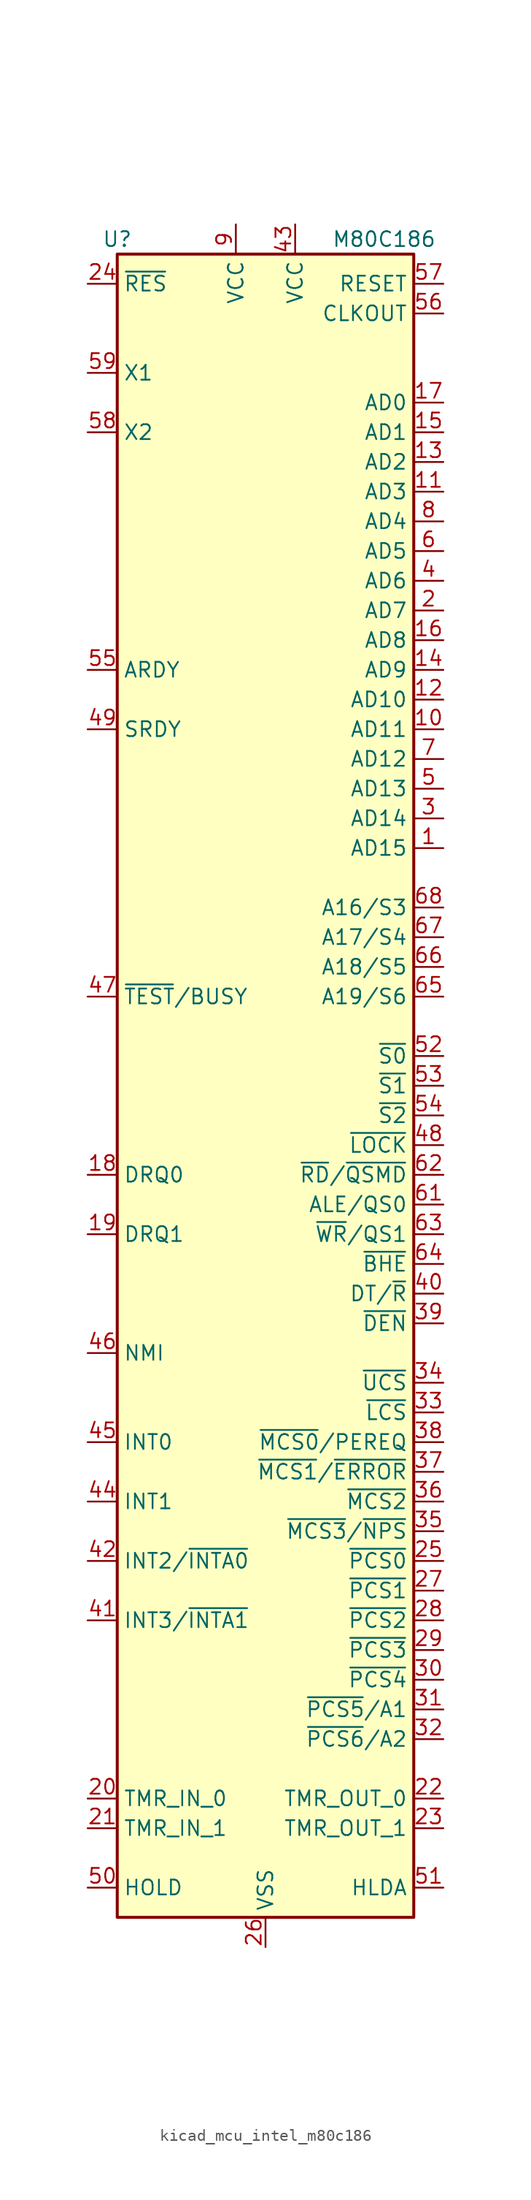
<source format=kicad_sym>
(kicad_symbol_lib
  (version 20220914)
  (generator kicad_symbol_editor)
  (symbol "kicad_mcu_intel_m80c186"
    (property "Reference" "U"
      (at -12.7 72.39 0)
      (effects (font (size 1.27 1.27))))
    (property "Value" "M80C186"
      (at 10.16 72.39 0)
      (effects (font (size 1.27 1.27))))
    (symbol "kicad_mcu_intel_m80c186_0_1"
      (rectangle (start 12.7 -71.12) (end -12.7 71.12) (stroke (width 0.254) (type default)) (fill (type background))))
    (symbol "kicad_mcu_intel_m80c186_1_1"
      (pin bidirectional line (at 15.24 20.32 180) (length 2.54) (name "AD15" (effects (font (size 1.27 1.27)))) (number "1" (effects (font (size 1.27 1.27)))))
      (pin bidirectional line (at 15.24 30.48 180) (length 2.54) (name "AD11" (effects (font (size 1.27 1.27)))) (number "10" (effects (font (size 1.27 1.27)))))
      (pin bidirectional line (at 15.24 50.8 180) (length 2.54) (name "AD3" (effects (font (size 1.27 1.27)))) (number "11" (effects (font (size 1.27 1.27)))))
      (pin bidirectional line (at 15.24 33.02 180) (length 2.54) (name "AD10" (effects (font (size 1.27 1.27)))) (number "12" (effects (font (size 1.27 1.27)))))
      (pin bidirectional line (at 15.24 53.34 180) (length 2.54) (name "AD2" (effects (font (size 1.27 1.27)))) (number "13" (effects (font (size 1.27 1.27)))))
      (pin bidirectional line (at 15.24 35.56 180) (length 2.54) (name "AD9" (effects (font (size 1.27 1.27)))) (number "14" (effects (font (size 1.27 1.27)))))
      (pin bidirectional line (at 15.24 55.88 180) (length 2.54) (name "AD1" (effects (font (size 1.27 1.27)))) (number "15" (effects (font (size 1.27 1.27)))))
      (pin bidirectional line (at 15.24 38.1 180) (length 2.54) (name "AD8" (effects (font (size 1.27 1.27)))) (number "16" (effects (font (size 1.27 1.27)))))
      (pin bidirectional line (at 15.24 58.42 180) (length 2.54) (name "AD0" (effects (font (size 1.27 1.27)))) (number "17" (effects (font (size 1.27 1.27)))))
      (pin input line (at -15.24 -7.62 0) (length 2.54) (name "DRQ0" (effects (font (size 1.27 1.27)))) (number "18" (effects (font (size 1.27 1.27)))))
      (pin input line (at -15.24 -12.7 0) (length 2.54) (name "DRQ1" (effects (font (size 1.27 1.27)))) (number "19" (effects (font (size 1.27 1.27)))))
      (pin bidirectional line (at 15.24 40.64 180) (length 2.54) (name "AD7" (effects (font (size 1.27 1.27)))) (number "2" (effects (font (size 1.27 1.27)))))
      (pin input line (at -15.24 -60.96 0) (length 2.54) (name "TMR_IN_0" (effects (font (size 1.27 1.27)))) (number "20" (effects (font (size 1.27 1.27)))))
      (pin input line (at -15.24 -63.5 0) (length 2.54) (name "TMR_IN_1" (effects (font (size 1.27 1.27)))) (number "21" (effects (font (size 1.27 1.27)))))
      (pin output line (at 15.24 -60.96 180) (length 2.54) (name "TMR_OUT_0" (effects (font (size 1.27 1.27)))) (number "22" (effects (font (size 1.27 1.27)))))
      (pin output line (at 15.24 -63.5 180) (length 2.54) (name "TMR_OUT_1" (effects (font (size 1.27 1.27)))) (number "23" (effects (font (size 1.27 1.27)))))
      (pin input line (at -15.24 68.58 0) (length 2.54) (name "~{RES}" (effects (font (size 1.27 1.27)))) (number "24" (effects (font (size 1.27 1.27)))))
      (pin output line (at 15.24 -40.64 180) (length 2.54) (name "~{PCS0}" (effects (font (size 1.27 1.27)))) (number "25" (effects (font (size 1.27 1.27)))))
      (pin power_in line (at 0 -73.66 90) (length 2.54) (name "VSS" (effects (font (size 1.27 1.27)))) (number "26" (effects (font (size 1.27 1.27)))))
      (pin output line (at 15.24 -43.18 180) (length 2.54) (name "~{PCS1}" (effects (font (size 1.27 1.27)))) (number "27" (effects (font (size 1.27 1.27)))))
      (pin output line (at 15.24 -45.72 180) (length 2.54) (name "~{PCS2}" (effects (font (size 1.27 1.27)))) (number "28" (effects (font (size 1.27 1.27)))))
      (pin output line (at 15.24 -48.26 180) (length 2.54) (name "~{PCS3}" (effects (font (size 1.27 1.27)))) (number "29" (effects (font (size 1.27 1.27)))))
      (pin bidirectional line (at 15.24 22.86 180) (length 2.54) (name "AD14" (effects (font (size 1.27 1.27)))) (number "3" (effects (font (size 1.27 1.27)))))
      (pin output line (at 15.24 -50.8 180) (length 2.54) (name "~{PCS4}" (effects (font (size 1.27 1.27)))) (number "30" (effects (font (size 1.27 1.27)))))
      (pin output line (at 15.24 -53.34 180) (length 2.54) (name "~{PCS5}/A1" (effects (font (size 1.27 1.27)))) (number "31" (effects (font (size 1.27 1.27)))))
      (pin output line (at 15.24 -55.88 180) (length 2.54) (name "~{PCS6}/A2" (effects (font (size 1.27 1.27)))) (number "32" (effects (font (size 1.27 1.27)))))
      (pin output line (at 15.24 -27.94 180) (length 2.54) (name "~{LCS}" (effects (font (size 1.27 1.27)))) (number "33" (effects (font (size 1.27 1.27)))))
      (pin output line (at 15.24 -25.4 180) (length 2.54) (name "~{UCS}" (effects (font (size 1.27 1.27)))) (number "34" (effects (font (size 1.27 1.27)))))
      (pin output line (at 15.24 -38.1 180) (length 2.54) (name "~{MCS3}/~{NPS}" (effects (font (size 1.27 1.27)))) (number "35" (effects (font (size 1.27 1.27)))))
      (pin output line (at 15.24 -35.56 180) (length 2.54) (name "~{MCS2}" (effects (font (size 1.27 1.27)))) (number "36" (effects (font (size 1.27 1.27)))))
      (pin bidirectional line (at 15.24 -33.02 180) (length 2.54) (name "~{MCS1}/~{ERROR}" (effects (font (size 1.27 1.27)))) (number "37" (effects (font (size 1.27 1.27)))))
      (pin bidirectional line (at 15.24 -30.48 180) (length 2.54) (name "~{MCS0}/PEREQ" (effects (font (size 1.27 1.27)))) (number "38" (effects (font (size 1.27 1.27)))))
      (pin output line (at 15.24 -20.32 180) (length 2.54) (name "~{DEN}" (effects (font (size 1.27 1.27)))) (number "39" (effects (font (size 1.27 1.27)))))
      (pin bidirectional line (at 15.24 43.18 180) (length 2.54) (name "AD6" (effects (font (size 1.27 1.27)))) (number "4" (effects (font (size 1.27 1.27)))))
      (pin output line (at 15.24 -17.78 180) (length 2.54) (name "DT/~{R}" (effects (font (size 1.27 1.27)))) (number "40" (effects (font (size 1.27 1.27)))))
      (pin bidirectional line (at -15.24 -45.72 0) (length 2.54) (name "INT3/~{INTA1}" (effects (font (size 1.27 1.27)))) (number "41" (effects (font (size 1.27 1.27)))))
      (pin bidirectional line (at -15.24 -40.64 0) (length 2.54) (name "INT2/~{INTA0}" (effects (font (size 1.27 1.27)))) (number "42" (effects (font (size 1.27 1.27)))))
      (pin power_in line (at 2.54 73.66 270) (length 2.54) (name "VCC" (effects (font (size 1.27 1.27)))) (number "43" (effects (font (size 1.27 1.27)))))
      (pin input line (at -15.24 -35.56 0) (length 2.54) (name "INT1" (effects (font (size 1.27 1.27)))) (number "44" (effects (font (size 1.27 1.27)))))
      (pin input line (at -15.24 -30.48 0) (length 2.54) (name "INT0" (effects (font (size 1.27 1.27)))) (number "45" (effects (font (size 1.27 1.27)))))
      (pin input line (at -15.24 -22.86 0) (length 2.54) (name "NMI" (effects (font (size 1.27 1.27)))) (number "46" (effects (font (size 1.27 1.27)))))
      (pin input line (at -15.24 7.62 0) (length 2.54) (name "~{TEST}/BUSY" (effects (font (size 1.27 1.27)))) (number "47" (effects (font (size 1.27 1.27)))))
      (pin output line (at 15.24 -5.08 180) (length 2.54) (name "~{LOCK}" (effects (font (size 1.27 1.27)))) (number "48" (effects (font (size 1.27 1.27)))))
      (pin input line (at -15.24 30.48 0) (length 2.54) (name "SRDY" (effects (font (size 1.27 1.27)))) (number "49" (effects (font (size 1.27 1.27)))))
      (pin bidirectional line (at 15.24 25.4 180) (length 2.54) (name "AD13" (effects (font (size 1.27 1.27)))) (number "5" (effects (font (size 1.27 1.27)))))
      (pin input line (at -15.24 -68.58 0) (length 2.54) (name "HOLD" (effects (font (size 1.27 1.27)))) (number "50" (effects (font (size 1.27 1.27)))))
      (pin output line (at 15.24 -68.58 180) (length 2.54) (name "HLDA" (effects (font (size 1.27 1.27)))) (number "51" (effects (font (size 1.27 1.27)))))
      (pin output line (at 15.24 2.54 180) (length 2.54) (name "~{S0}" (effects (font (size 1.27 1.27)))) (number "52" (effects (font (size 1.27 1.27)))))
      (pin output line (at 15.24 0 180) (length 2.54) (name "~{S1}" (effects (font (size 1.27 1.27)))) (number "53" (effects (font (size 1.27 1.27)))))
      (pin output line (at 15.24 -2.54 180) (length 2.54) (name "~{S2}" (effects (font (size 1.27 1.27)))) (number "54" (effects (font (size 1.27 1.27)))))
      (pin input line (at -15.24 35.56 0) (length 2.54) (name "ARDY" (effects (font (size 1.27 1.27)))) (number "55" (effects (font (size 1.27 1.27)))))
      (pin output line (at 15.24 66.04 180) (length 2.54) (name "CLKOUT" (effects (font (size 1.27 1.27)))) (number "56" (effects (font (size 1.27 1.27)))))
      (pin output line (at 15.24 68.58 180) (length 2.54) (name "RESET" (effects (font (size 1.27 1.27)))) (number "57" (effects (font (size 1.27 1.27)))))
      (pin output line (at -15.24 55.88 0) (length 2.54) (name "X2" (effects (font (size 1.27 1.27)))) (number "58" (effects (font (size 1.27 1.27)))))
      (pin input line (at -15.24 60.96 0) (length 2.54) (name "X1" (effects (font (size 1.27 1.27)))) (number "59" (effects (font (size 1.27 1.27)))))
      (pin bidirectional line (at 15.24 45.72 180) (length 2.54) (name "AD5" (effects (font (size 1.27 1.27)))) (number "6" (effects (font (size 1.27 1.27)))))
      (pin passive line (at 0 -73.66 90) (length 2.54) hide (name "VSS" (effects (font (size 1.27 1.27)))) (number "60" (effects (font (size 1.27 1.27)))))
      (pin output line (at 15.24 -10.16 180) (length 2.54) (name "ALE/QS0" (effects (font (size 1.27 1.27)))) (number "61" (effects (font (size 1.27 1.27)))))
      (pin output line (at 15.24 -7.62 180) (length 2.54) (name "~{RD}/~{QSMD}" (effects (font (size 1.27 1.27)))) (number "62" (effects (font (size 1.27 1.27)))))
      (pin output line (at 15.24 -12.7 180) (length 2.54) (name "~{WR}/QS1" (effects (font (size 1.27 1.27)))) (number "63" (effects (font (size 1.27 1.27)))))
      (pin output line (at 15.24 -15.24 180) (length 2.54) (name "~{BHE}" (effects (font (size 1.27 1.27)))) (number "64" (effects (font (size 1.27 1.27)))))
      (pin output line (at 15.24 7.62 180) (length 2.54) (name "A19/S6" (effects (font (size 1.27 1.27)))) (number "65" (effects (font (size 1.27 1.27)))))
      (pin output line (at 15.24 10.16 180) (length 2.54) (name "A18/S5" (effects (font (size 1.27 1.27)))) (number "66" (effects (font (size 1.27 1.27)))))
      (pin output line (at 15.24 12.7 180) (length 2.54) (name "A17/S4" (effects (font (size 1.27 1.27)))) (number "67" (effects (font (size 1.27 1.27)))))
      (pin output line (at 15.24 15.24 180) (length 2.54) (name "A16/S3" (effects (font (size 1.27 1.27)))) (number "68" (effects (font (size 1.27 1.27)))))
      (pin bidirectional line (at 15.24 27.94 180) (length 2.54) (name "AD12" (effects (font (size 1.27 1.27)))) (number "7" (effects (font (size 1.27 1.27)))))
      (pin bidirectional line (at 15.24 48.26 180) (length 2.54) (name "AD4" (effects (font (size 1.27 1.27)))) (number "8" (effects (font (size 1.27 1.27)))))
      (pin power_in line (at -2.54 73.66 270) (length 2.54) (name "VCC" (effects (font (size 1.27 1.27)))) (number "9" (effects (font (size 1.27 1.27))))))))
</source>
